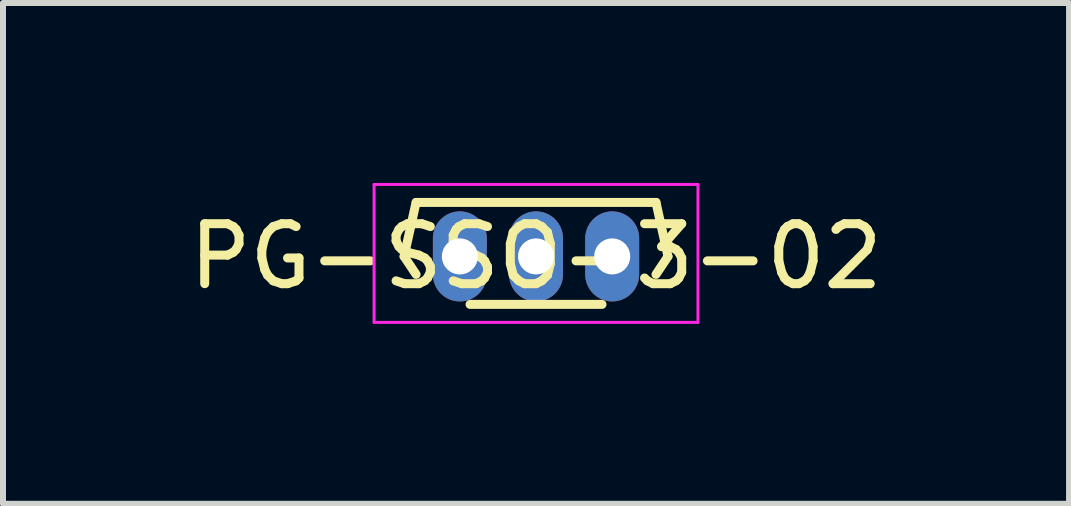
<source format=kicad_pcb>
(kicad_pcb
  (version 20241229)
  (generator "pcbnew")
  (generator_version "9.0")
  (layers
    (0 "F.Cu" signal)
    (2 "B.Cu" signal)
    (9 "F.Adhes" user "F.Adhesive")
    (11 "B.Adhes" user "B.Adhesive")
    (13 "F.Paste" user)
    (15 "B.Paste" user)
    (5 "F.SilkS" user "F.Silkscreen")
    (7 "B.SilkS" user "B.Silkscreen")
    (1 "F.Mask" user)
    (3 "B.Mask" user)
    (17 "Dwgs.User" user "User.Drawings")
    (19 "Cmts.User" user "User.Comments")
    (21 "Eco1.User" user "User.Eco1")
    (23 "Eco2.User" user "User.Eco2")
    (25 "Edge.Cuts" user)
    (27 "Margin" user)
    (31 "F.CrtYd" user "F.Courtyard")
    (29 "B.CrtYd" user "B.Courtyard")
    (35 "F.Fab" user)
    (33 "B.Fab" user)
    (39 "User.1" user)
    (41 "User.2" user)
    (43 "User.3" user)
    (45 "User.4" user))
  (footprint "PG-SSO-3-02"
    (layer "F.Cu")
    (at 5.887 1.225)
    (property "Reference" "PG-SSO-3-02" (at 0 0 0) (layer "F.SilkS") (effects (font (size 1 1) (thickness 0.15))))
    (attr through_hole)
    (fp_line (start -2.2 0) (end -2 0.3) (stroke (width 0.15) (type solid)) (layer "F.SilkS"))
    (fp_line (start -2 -0.9) (end -2.2 0) (stroke (width 0.15) (type solid)) (layer "F.SilkS"))
    (fp_line (start -2 -0.9) (end 2 -0.9) (stroke (width 0.15) (type solid)) (layer "F.SilkS"))
    (fp_line (start -1.1 0.8) (end 1.1 0.8) (stroke (width 0.15) (type solid)) (layer "F.SilkS"))
    (fp_line (start 2 -0.9) (end 2.2 0) (stroke (width 0.15) (type solid)) (layer "F.SilkS"))
    (fp_line (start 2.2 0) (end 2 0.3) (stroke (width 0.15) (type solid)) (layer "F.SilkS"))
    (fp_line (start -2.7 -1.2) (end 2.7 -1.2) (stroke (width 0.05) (type solid)) (layer "F.CrtYd"))
    (fp_line (start -2.7 1.1) (end -2.7 -1.2) (stroke (width 0.05) (type solid)) (layer "F.CrtYd"))
    (fp_line (start -2.7 1.1) (end 2.7 1.1) (stroke (width 0.05) (type solid)) (layer "F.CrtYd"))
    (fp_line (start 2.7 1.1) (end 2.7 -1.2) (stroke (width 0.05) (type solid)) (layer "F.CrtYd"))
    (pad "1" thru_hole oval (at -1.27 0 180) (size 0.899 1.501) (drill 0.6) (layers "*.Cu" "*.Mask"))
    (pad "2" thru_hole oval (at 0 0 180) (size 0.899 1.501) (drill 0.6) (layers "*.Cu" "*.Mask"))
    (pad "3" thru_hole oval (at 1.27 0 180) (size 0.899 1.501) (drill 0.6) (layers "*.Cu" "*.Mask")))
  (gr_rect
    (start -3 -3)
    (end 14.774 5.35)
    (stroke (width 0.1) (type default))
    (fill no)
    (layer "Edge.Cuts")))
</source>
